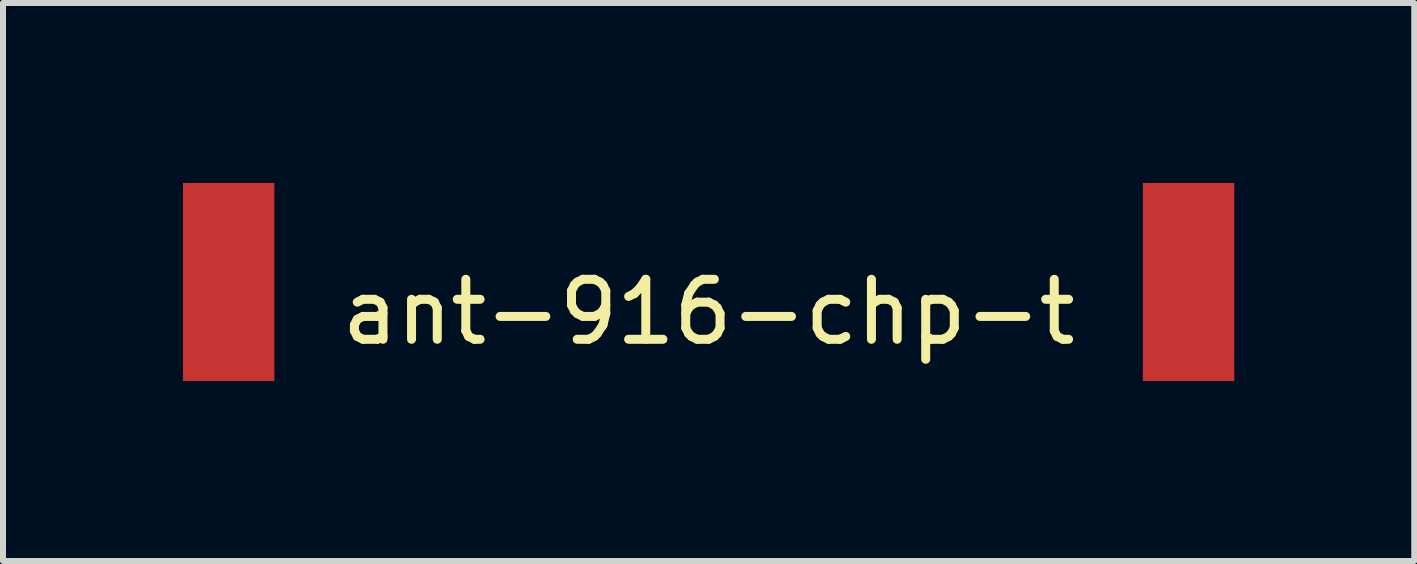
<source format=kicad_pcb>
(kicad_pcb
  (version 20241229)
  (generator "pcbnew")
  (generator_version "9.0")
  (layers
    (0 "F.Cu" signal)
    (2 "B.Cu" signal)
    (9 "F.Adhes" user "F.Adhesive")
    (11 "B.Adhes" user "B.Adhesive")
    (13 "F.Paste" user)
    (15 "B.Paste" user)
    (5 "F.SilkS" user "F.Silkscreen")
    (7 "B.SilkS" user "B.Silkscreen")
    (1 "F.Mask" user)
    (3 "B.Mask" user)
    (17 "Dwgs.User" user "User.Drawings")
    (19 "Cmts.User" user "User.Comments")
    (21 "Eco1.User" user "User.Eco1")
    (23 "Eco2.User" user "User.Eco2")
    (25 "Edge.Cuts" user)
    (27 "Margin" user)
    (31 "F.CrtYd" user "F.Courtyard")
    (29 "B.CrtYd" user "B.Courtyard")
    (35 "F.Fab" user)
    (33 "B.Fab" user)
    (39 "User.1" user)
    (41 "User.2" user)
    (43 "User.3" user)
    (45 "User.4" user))
  (footprint "ant-916-chp-t"
    (layer "F.Cu")
    (at 8.763 1.651)
    (property "Reference" "ant-916-chp-t" (at 0 0.5 0) (layer "F.SilkS") (effects (font (size 1 1) (thickness 0.15))))
    (attr through_hole)
    (pad "1" smd rect (at -8.001 0) (size 1.524 3.302) (layers "F.Cu" "F.Mask" "F.Paste"))
    (pad "2" smd rect (at 8.001 0) (size 1.524 3.302) (layers "F.Cu" "F.Mask" "F.Paste")))
  (gr_rect
    (start -3 -3)
    (end 20.526 6.302)
    (stroke (width 0.1) (type default))
    (fill no)
    (layer "Edge.Cuts")))
</source>
